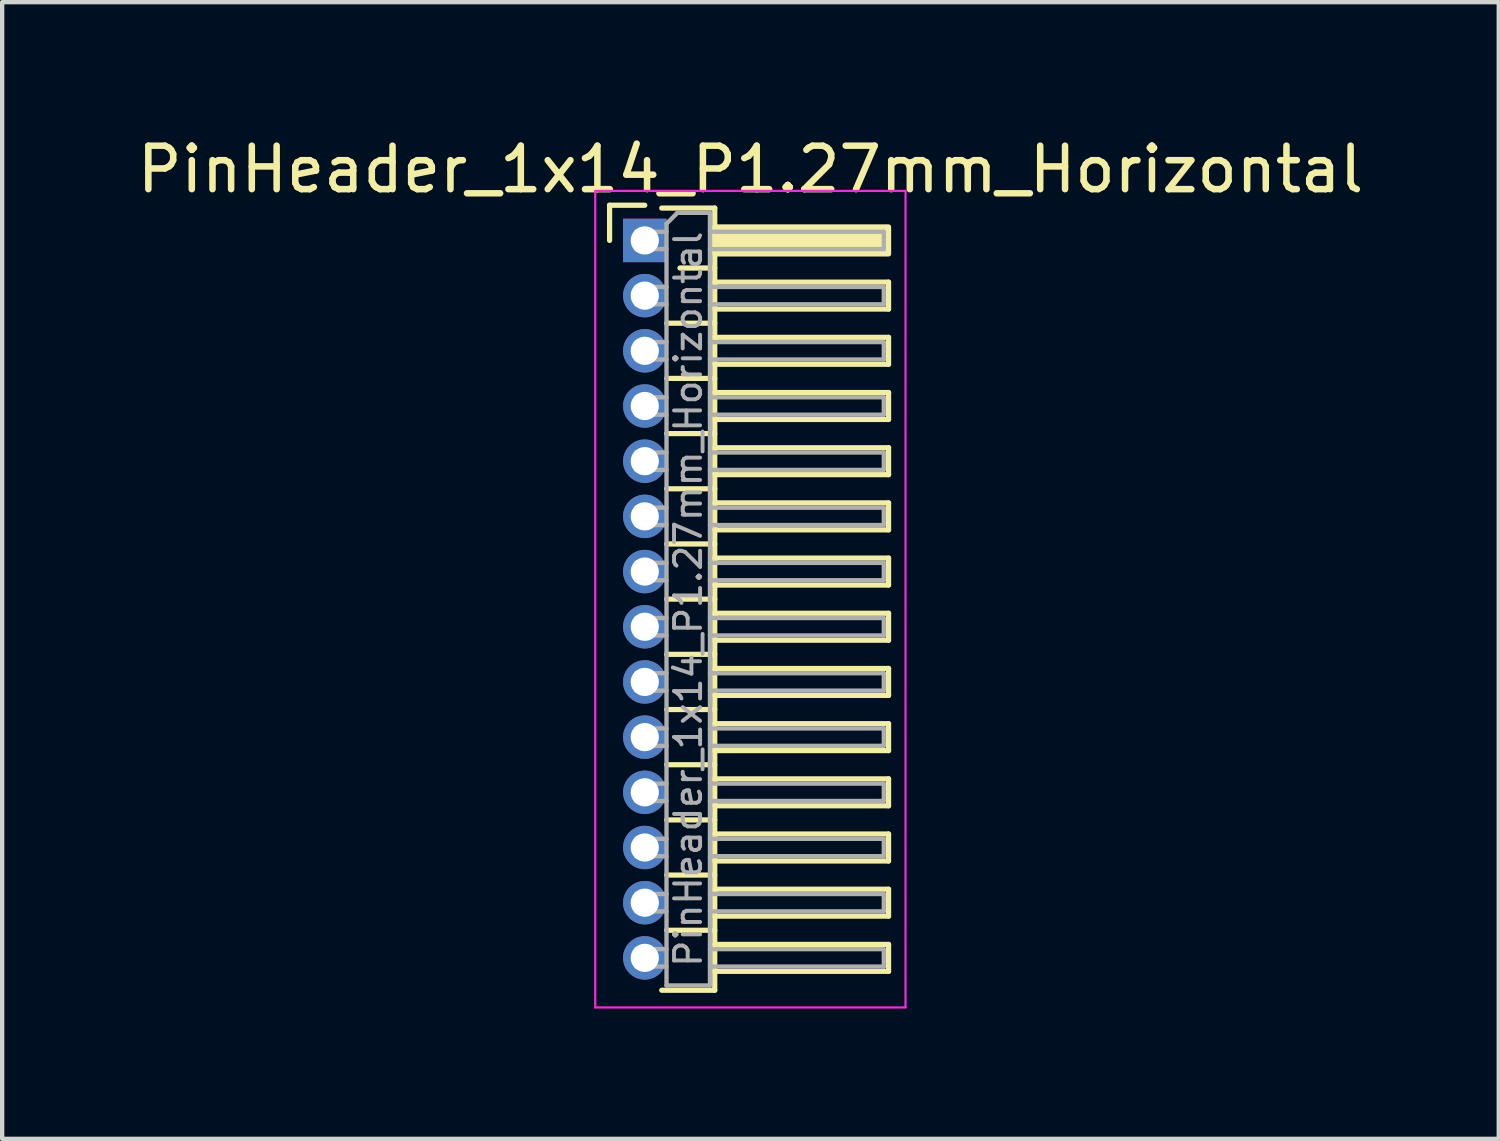
<source format=kicad_pcb>
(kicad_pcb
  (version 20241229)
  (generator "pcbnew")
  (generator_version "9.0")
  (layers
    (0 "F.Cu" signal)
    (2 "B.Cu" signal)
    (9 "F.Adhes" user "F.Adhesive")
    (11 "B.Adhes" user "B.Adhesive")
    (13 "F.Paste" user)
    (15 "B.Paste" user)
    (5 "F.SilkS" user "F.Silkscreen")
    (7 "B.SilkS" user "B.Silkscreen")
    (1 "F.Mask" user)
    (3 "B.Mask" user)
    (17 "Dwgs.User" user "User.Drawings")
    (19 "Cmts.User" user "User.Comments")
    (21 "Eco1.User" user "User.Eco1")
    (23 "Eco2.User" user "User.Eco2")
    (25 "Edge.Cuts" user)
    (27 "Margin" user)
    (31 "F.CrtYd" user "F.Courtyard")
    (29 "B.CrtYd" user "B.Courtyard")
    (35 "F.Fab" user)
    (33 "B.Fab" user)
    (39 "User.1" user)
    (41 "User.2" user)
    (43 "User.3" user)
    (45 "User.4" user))
  (footprint "PinHeader_1x14_P1.27mm_Horizontal"
    (layer "F.Cu")
    (at 11.788 2.483)
    (property "Reference" "PinHeader_1x14_P1.27mm_Horizontal" (at 2.433 -1.635 0) (layer "F.SilkS") (effects (font (size 1 1) (thickness 0.15))))
    (attr through_hole)
    (fp_line (start -0.81 -0.81) (end 0 -0.81) (stroke (width 0.12) (type solid)) (layer "F.SilkS"))
    (fp_line (start -0.81 0) (end -0.81 -0.81) (stroke (width 0.12) (type solid)) (layer "F.SilkS"))
    (fp_line (start 0.39 -0.745) (end 1.61 -0.745) (stroke (width 0.12) (type solid)) (layer "F.SilkS"))
    (fp_line (start 0.503 1.905) (end 1.61 1.905) (stroke (width 0.12) (type solid)) (layer "F.SilkS"))
    (fp_line (start 0.503 3.175) (end 1.61 3.175) (stroke (width 0.12) (type solid)) (layer "F.SilkS"))
    (fp_line (start 0.503 4.445) (end 1.61 4.445) (stroke (width 0.12) (type solid)) (layer "F.SilkS"))
    (fp_line (start 0.503 5.715) (end 1.61 5.715) (stroke (width 0.12) (type solid)) (layer "F.SilkS"))
    (fp_line (start 0.503 6.985) (end 1.61 6.985) (stroke (width 0.12) (type solid)) (layer "F.SilkS"))
    (fp_line (start 0.503 8.255) (end 1.61 8.255) (stroke (width 0.12) (type solid)) (layer "F.SilkS"))
    (fp_line (start 0.503 9.525) (end 1.61 9.525) (stroke (width 0.12) (type solid)) (layer "F.SilkS"))
    (fp_line (start 0.503 10.795) (end 1.61 10.795) (stroke (width 0.12) (type solid)) (layer "F.SilkS"))
    (fp_line (start 0.503 12.065) (end 1.61 12.065) (stroke (width 0.12) (type solid)) (layer "F.SilkS"))
    (fp_line (start 0.503 13.335) (end 1.61 13.335) (stroke (width 0.12) (type solid)) (layer "F.SilkS"))
    (fp_line (start 0.503 14.605) (end 1.61 14.605) (stroke (width 0.12) (type solid)) (layer "F.SilkS"))
    (fp_line (start 0.503 15.875) (end 1.61 15.875) (stroke (width 0.12) (type solid)) (layer "F.SilkS"))
    (fp_line (start 0.81 0.635) (end 1.61 0.635) (stroke (width 0.12) (type solid)) (layer "F.SilkS"))
    (fp_line (start 1.61 -0.745) (end 1.61 17.255) (stroke (width 0.12) (type solid)) (layer "F.SilkS"))
    (fp_line (start 1.61 0.96) (end 5.61 0.96) (stroke (width 0.12) (type solid)) (layer "F.SilkS"))
    (fp_line (start 1.61 2.23) (end 5.61 2.23) (stroke (width 0.12) (type solid)) (layer "F.SilkS"))
    (fp_line (start 1.61 3.5) (end 5.61 3.5) (stroke (width 0.12) (type solid)) (layer "F.SilkS"))
    (fp_line (start 1.61 4.77) (end 5.61 4.77) (stroke (width 0.12) (type solid)) (layer "F.SilkS"))
    (fp_line (start 1.61 6.04) (end 5.61 6.04) (stroke (width 0.12) (type solid)) (layer "F.SilkS"))
    (fp_line (start 1.61 7.31) (end 5.61 7.31) (stroke (width 0.12) (type solid)) (layer "F.SilkS"))
    (fp_line (start 1.61 8.58) (end 5.61 8.58) (stroke (width 0.12) (type solid)) (layer "F.SilkS"))
    (fp_line (start 1.61 9.85) (end 5.61 9.85) (stroke (width 0.12) (type solid)) (layer "F.SilkS"))
    (fp_line (start 1.61 11.12) (end 5.61 11.12) (stroke (width 0.12) (type solid)) (layer "F.SilkS"))
    (fp_line (start 1.61 12.39) (end 5.61 12.39) (stroke (width 0.12) (type solid)) (layer "F.SilkS"))
    (fp_line (start 1.61 13.66) (end 5.61 13.66) (stroke (width 0.12) (type solid)) (layer "F.SilkS"))
    (fp_line (start 1.61 14.93) (end 5.61 14.93) (stroke (width 0.12) (type solid)) (layer "F.SilkS"))
    (fp_line (start 1.61 16.2) (end 5.61 16.2) (stroke (width 0.12) (type solid)) (layer "F.SilkS"))
    (fp_line (start 1.61 17.255) (end 0.39 17.255) (stroke (width 0.12) (type solid)) (layer "F.SilkS"))
    (fp_line (start 5.61 0.96) (end 5.61 1.58) (stroke (width 0.12) (type solid)) (layer "F.SilkS"))
    (fp_line (start 5.61 1.58) (end 1.61 1.58) (stroke (width 0.12) (type solid)) (layer "F.SilkS"))
    (fp_line (start 5.61 2.23) (end 5.61 2.85) (stroke (width 0.12) (type solid)) (layer "F.SilkS"))
    (fp_line (start 5.61 2.85) (end 1.61 2.85) (stroke (width 0.12) (type solid)) (layer "F.SilkS"))
    (fp_line (start 5.61 3.5) (end 5.61 4.12) (stroke (width 0.12) (type solid)) (layer "F.SilkS"))
    (fp_line (start 5.61 4.12) (end 1.61 4.12) (stroke (width 0.12) (type solid)) (layer "F.SilkS"))
    (fp_line (start 5.61 4.77) (end 5.61 5.39) (stroke (width 0.12) (type solid)) (layer "F.SilkS"))
    (fp_line (start 5.61 5.39) (end 1.61 5.39) (stroke (width 0.12) (type solid)) (layer "F.SilkS"))
    (fp_line (start 5.61 6.04) (end 5.61 6.66) (stroke (width 0.12) (type solid)) (layer "F.SilkS"))
    (fp_line (start 5.61 6.66) (end 1.61 6.66) (stroke (width 0.12) (type solid)) (layer "F.SilkS"))
    (fp_line (start 5.61 7.31) (end 5.61 7.93) (stroke (width 0.12) (type solid)) (layer "F.SilkS"))
    (fp_line (start 5.61 7.93) (end 1.61 7.93) (stroke (width 0.12) (type solid)) (layer "F.SilkS"))
    (fp_line (start 5.61 8.58) (end 5.61 9.2) (stroke (width 0.12) (type solid)) (layer "F.SilkS"))
    (fp_line (start 5.61 9.2) (end 1.61 9.2) (stroke (width 0.12) (type solid)) (layer "F.SilkS"))
    (fp_line (start 5.61 9.85) (end 5.61 10.47) (stroke (width 0.12) (type solid)) (layer "F.SilkS"))
    (fp_line (start 5.61 10.47) (end 1.61 10.47) (stroke (width 0.12) (type solid)) (layer "F.SilkS"))
    (fp_line (start 5.61 11.12) (end 5.61 11.74) (stroke (width 0.12) (type solid)) (layer "F.SilkS"))
    (fp_line (start 5.61 11.74) (end 1.61 11.74) (stroke (width 0.12) (type solid)) (layer "F.SilkS"))
    (fp_line (start 5.61 12.39) (end 5.61 13.01) (stroke (width 0.12) (type solid)) (layer "F.SilkS"))
    (fp_line (start 5.61 13.01) (end 1.61 13.01) (stroke (width 0.12) (type solid)) (layer "F.SilkS"))
    (fp_line (start 5.61 13.66) (end 5.61 14.28) (stroke (width 0.12) (type solid)) (layer "F.SilkS"))
    (fp_line (start 5.61 14.28) (end 1.61 14.28) (stroke (width 0.12) (type solid)) (layer "F.SilkS"))
    (fp_line (start 5.61 14.93) (end 5.61 15.55) (stroke (width 0.12) (type solid)) (layer "F.SilkS"))
    (fp_line (start 5.61 15.55) (end 1.61 15.55) (stroke (width 0.12) (type solid)) (layer "F.SilkS"))
    (fp_line (start 5.61 16.2) (end 5.61 16.82) (stroke (width 0.12) (type solid)) (layer "F.SilkS"))
    (fp_line (start 5.61 16.82) (end 1.61 16.82) (stroke (width 0.12) (type solid)) (layer "F.SilkS"))
    (fp_rect (start 1.61 -0.31) (end 5.61 0.31) (stroke (width 0.12) (type solid)) (fill yes) (layer "F.SilkS"))
    (fp_line (start -1.14 -1.14) (end -1.14 17.65) (stroke (width 0.05) (type solid)) (layer "F.CrtYd"))
    (fp_line (start -1.14 17.65) (end 6 17.65) (stroke (width 0.05) (type solid)) (layer "F.CrtYd"))
    (fp_line (start 6 -1.14) (end -1.14 -1.14) (stroke (width 0.05) (type solid)) (layer "F.CrtYd"))
    (fp_line (start 6 17.65) (end 6 -1.14) (stroke (width 0.05) (type solid)) (layer "F.CrtYd"))
    (fp_line (start -0.2 -0.2) (end -0.2 0.2) (stroke (width 0.1) (type solid)) (layer "F.Fab"))
    (fp_line (start -0.2 -0.2) (end 0.5 -0.2) (stroke (width 0.1) (type solid)) (layer "F.Fab"))
    (fp_line (start -0.2 0.2) (end 0.5 0.2) (stroke (width 0.1) (type solid)) (layer "F.Fab"))
    (fp_line (start -0.2 1.07) (end -0.2 1.47) (stroke (width 0.1) (type solid)) (layer "F.Fab"))
    (fp_line (start -0.2 1.07) (end 0.5 1.07) (stroke (width 0.1) (type solid)) (layer "F.Fab"))
    (fp_line (start -0.2 1.47) (end 0.5 1.47) (stroke (width 0.1) (type solid)) (layer "F.Fab"))
    (fp_line (start -0.2 2.34) (end -0.2 2.74) (stroke (width 0.1) (type solid)) (layer "F.Fab"))
    (fp_line (start -0.2 2.34) (end 0.5 2.34) (stroke (width 0.1) (type solid)) (layer "F.Fab"))
    (fp_line (start -0.2 2.74) (end 0.5 2.74) (stroke (width 0.1) (type solid)) (layer "F.Fab"))
    (fp_line (start -0.2 3.61) (end -0.2 4.01) (stroke (width 0.1) (type solid)) (layer "F.Fab"))
    (fp_line (start -0.2 3.61) (end 0.5 3.61) (stroke (width 0.1) (type solid)) (layer "F.Fab"))
    (fp_line (start -0.2 4.01) (end 0.5 4.01) (stroke (width 0.1) (type solid)) (layer "F.Fab"))
    (fp_line (start -0.2 4.88) (end -0.2 5.28) (stroke (width 0.1) (type solid)) (layer "F.Fab"))
    (fp_line (start -0.2 4.88) (end 0.5 4.88) (stroke (width 0.1) (type solid)) (layer "F.Fab"))
    (fp_line (start -0.2 5.28) (end 0.5 5.28) (stroke (width 0.1) (type solid)) (layer "F.Fab"))
    (fp_line (start -0.2 6.15) (end -0.2 6.55) (stroke (width 0.1) (type solid)) (layer "F.Fab"))
    (fp_line (start -0.2 6.15) (end 0.5 6.15) (stroke (width 0.1) (type solid)) (layer "F.Fab"))
    (fp_line (start -0.2 6.55) (end 0.5 6.55) (stroke (width 0.1) (type solid)) (layer "F.Fab"))
    (fp_line (start -0.2 7.42) (end -0.2 7.82) (stroke (width 0.1) (type solid)) (layer "F.Fab"))
    (fp_line (start -0.2 7.42) (end 0.5 7.42) (stroke (width 0.1) (type solid)) (layer "F.Fab"))
    (fp_line (start -0.2 7.82) (end 0.5 7.82) (stroke (width 0.1) (type solid)) (layer "F.Fab"))
    (fp_line (start -0.2 8.69) (end -0.2 9.09) (stroke (width 0.1) (type solid)) (layer "F.Fab"))
    (fp_line (start -0.2 8.69) (end 0.5 8.69) (stroke (width 0.1) (type solid)) (layer "F.Fab"))
    (fp_line (start -0.2 9.09) (end 0.5 9.09) (stroke (width 0.1) (type solid)) (layer "F.Fab"))
    (fp_line (start -0.2 9.96) (end -0.2 10.36) (stroke (width 0.1) (type solid)) (layer "F.Fab"))
    (fp_line (start -0.2 9.96) (end 0.5 9.96) (stroke (width 0.1) (type solid)) (layer "F.Fab"))
    (fp_line (start -0.2 10.36) (end 0.5 10.36) (stroke (width 0.1) (type solid)) (layer "F.Fab"))
    (fp_line (start -0.2 11.23) (end -0.2 11.63) (stroke (width 0.1) (type solid)) (layer "F.Fab"))
    (fp_line (start -0.2 11.23) (end 0.5 11.23) (stroke (width 0.1) (type solid)) (layer "F.Fab"))
    (fp_line (start -0.2 11.63) (end 0.5 11.63) (stroke (width 0.1) (type solid)) (layer "F.Fab"))
    (fp_line (start -0.2 12.5) (end -0.2 12.9) (stroke (width 0.1) (type solid)) (layer "F.Fab"))
    (fp_line (start -0.2 12.5) (end 0.5 12.5) (stroke (width 0.1) (type solid)) (layer "F.Fab"))
    (fp_line (start -0.2 12.9) (end 0.5 12.9) (stroke (width 0.1) (type solid)) (layer "F.Fab"))
    (fp_line (start -0.2 13.77) (end -0.2 14.17) (stroke (width 0.1) (type solid)) (layer "F.Fab"))
    (fp_line (start -0.2 13.77) (end 0.5 13.77) (stroke (width 0.1) (type solid)) (layer "F.Fab"))
    (fp_line (start -0.2 14.17) (end 0.5 14.17) (stroke (width 0.1) (type solid)) (layer "F.Fab"))
    (fp_line (start -0.2 15.04) (end -0.2 15.44) (stroke (width 0.1) (type solid)) (layer "F.Fab"))
    (fp_line (start -0.2 15.04) (end 0.5 15.04) (stroke (width 0.1) (type solid)) (layer "F.Fab"))
    (fp_line (start -0.2 15.44) (end 0.5 15.44) (stroke (width 0.1) (type solid)) (layer "F.Fab"))
    (fp_line (start -0.2 16.31) (end -0.2 16.71) (stroke (width 0.1) (type solid)) (layer "F.Fab"))
    (fp_line (start -0.2 16.31) (end 0.5 16.31) (stroke (width 0.1) (type solid)) (layer "F.Fab"))
    (fp_line (start -0.2 16.71) (end 0.5 16.71) (stroke (width 0.1) (type solid)) (layer "F.Fab"))
    (fp_line (start 0.5 -0.385) (end 0.75 -0.635) (stroke (width 0.1) (type solid)) (layer "F.Fab"))
    (fp_line (start 0.5 17.145) (end 0.5 -0.385) (stroke (width 0.1) (type solid)) (layer "F.Fab"))
    (fp_line (start 0.75 -0.635) (end 1.5 -0.635) (stroke (width 0.1) (type solid)) (layer "F.Fab"))
    (fp_line (start 1.5 -0.635) (end 1.5 17.145) (stroke (width 0.1) (type solid)) (layer "F.Fab"))
    (fp_line (start 1.5 -0.2) (end 5.5 -0.2) (stroke (width 0.1) (type solid)) (layer "F.Fab"))
    (fp_line (start 1.5 0.2) (end 5.5 0.2) (stroke (width 0.1) (type solid)) (layer "F.Fab"))
    (fp_line (start 1.5 1.07) (end 5.5 1.07) (stroke (width 0.1) (type solid)) (layer "F.Fab"))
    (fp_line (start 1.5 1.47) (end 5.5 1.47) (stroke (width 0.1) (type solid)) (layer "F.Fab"))
    (fp_line (start 1.5 2.34) (end 5.5 2.34) (stroke (width 0.1) (type solid)) (layer "F.Fab"))
    (fp_line (start 1.5 2.74) (end 5.5 2.74) (stroke (width 0.1) (type solid)) (layer "F.Fab"))
    (fp_line (start 1.5 3.61) (end 5.5 3.61) (stroke (width 0.1) (type solid)) (layer "F.Fab"))
    (fp_line (start 1.5 4.01) (end 5.5 4.01) (stroke (width 0.1) (type solid)) (layer "F.Fab"))
    (fp_line (start 1.5 4.88) (end 5.5 4.88) (stroke (width 0.1) (type solid)) (layer "F.Fab"))
    (fp_line (start 1.5 5.28) (end 5.5 5.28) (stroke (width 0.1) (type solid)) (layer "F.Fab"))
    (fp_line (start 1.5 6.15) (end 5.5 6.15) (stroke (width 0.1) (type solid)) (layer "F.Fab"))
    (fp_line (start 1.5 6.55) (end 5.5 6.55) (stroke (width 0.1) (type solid)) (layer "F.Fab"))
    (fp_line (start 1.5 7.42) (end 5.5 7.42) (stroke (width 0.1) (type solid)) (layer "F.Fab"))
    (fp_line (start 1.5 7.82) (end 5.5 7.82) (stroke (width 0.1) (type solid)) (layer "F.Fab"))
    (fp_line (start 1.5 8.69) (end 5.5 8.69) (stroke (width 0.1) (type solid)) (layer "F.Fab"))
    (fp_line (start 1.5 9.09) (end 5.5 9.09) (stroke (width 0.1) (type solid)) (layer "F.Fab"))
    (fp_line (start 1.5 9.96) (end 5.5 9.96) (stroke (width 0.1) (type solid)) (layer "F.Fab"))
    (fp_line (start 1.5 10.36) (end 5.5 10.36) (stroke (width 0.1) (type solid)) (layer "F.Fab"))
    (fp_line (start 1.5 11.23) (end 5.5 11.23) (stroke (width 0.1) (type solid)) (layer "F.Fab"))
    (fp_line (start 1.5 11.63) (end 5.5 11.63) (stroke (width 0.1) (type solid)) (layer "F.Fab"))
    (fp_line (start 1.5 12.5) (end 5.5 12.5) (stroke (width 0.1) (type solid)) (layer "F.Fab"))
    (fp_line (start 1.5 12.9) (end 5.5 12.9) (stroke (width 0.1) (type solid)) (layer "F.Fab"))
    (fp_line (start 1.5 13.77) (end 5.5 13.77) (stroke (width 0.1) (type solid)) (layer "F.Fab"))
    (fp_line (start 1.5 14.17) (end 5.5 14.17) (stroke (width 0.1) (type solid)) (layer "F.Fab"))
    (fp_line (start 1.5 15.04) (end 5.5 15.04) (stroke (width 0.1) (type solid)) (layer "F.Fab"))
    (fp_line (start 1.5 15.44) (end 5.5 15.44) (stroke (width 0.1) (type solid)) (layer "F.Fab"))
    (fp_line (start 1.5 16.31) (end 5.5 16.31) (stroke (width 0.1) (type solid)) (layer "F.Fab"))
    (fp_line (start 1.5 16.71) (end 5.5 16.71) (stroke (width 0.1) (type solid)) (layer "F.Fab"))
    (fp_line (start 1.5 17.145) (end 0.5 17.145) (stroke (width 0.1) (type solid)) (layer "F.Fab"))
    (fp_line (start 5.5 -0.2) (end 5.5 0.2) (stroke (width 0.1) (type solid)) (layer "F.Fab"))
    (fp_line (start 5.5 1.07) (end 5.5 1.47) (stroke (width 0.1) (type solid)) (layer "F.Fab"))
    (fp_line (start 5.5 2.34) (end 5.5 2.74) (stroke (width 0.1) (type solid)) (layer "F.Fab"))
    (fp_line (start 5.5 3.61) (end 5.5 4.01) (stroke (width 0.1) (type solid)) (layer "F.Fab"))
    (fp_line (start 5.5 4.88) (end 5.5 5.28) (stroke (width 0.1) (type solid)) (layer "F.Fab"))
    (fp_line (start 5.5 6.15) (end 5.5 6.55) (stroke (width 0.1) (type solid)) (layer "F.Fab"))
    (fp_line (start 5.5 7.42) (end 5.5 7.82) (stroke (width 0.1) (type solid)) (layer "F.Fab"))
    (fp_line (start 5.5 8.69) (end 5.5 9.09) (stroke (width 0.1) (type solid)) (layer "F.Fab"))
    (fp_line (start 5.5 9.96) (end 5.5 10.36) (stroke (width 0.1) (type solid)) (layer "F.Fab"))
    (fp_line (start 5.5 11.23) (end 5.5 11.63) (stroke (width 0.1) (type solid)) (layer "F.Fab"))
    (fp_line (start 5.5 12.5) (end 5.5 12.9) (stroke (width 0.1) (type solid)) (layer "F.Fab"))
    (fp_line (start 5.5 13.77) (end 5.5 14.17) (stroke (width 0.1) (type solid)) (layer "F.Fab"))
    (fp_line (start 5.5 15.04) (end 5.5 15.44) (stroke (width 0.1) (type solid)) (layer "F.Fab"))
    (fp_line (start 5.5 16.31) (end 5.5 16.71) (stroke (width 0.1) (type solid)) (layer "F.Fab"))
    (fp_text user "${REFERENCE}" (at 1 8.255 90) (layer "F.Fab") (effects (font (size 0.6 0.6) (thickness 0.09))))
    (pad "1" thru_hole rect (at 0 0) (size 1 1) (drill 0.65) (layers "*.Cu" "*.Mask"))
    (pad "2" thru_hole circle (at 0 1.27) (size 1 1) (drill 0.65) (layers "*.Cu" "*.Mask"))
    (pad "3" thru_hole circle (at 0 2.54) (size 1 1) (drill 0.65) (layers "*.Cu" "*.Mask"))
    (pad "4" thru_hole circle (at 0 3.81) (size 1 1) (drill 0.65) (layers "*.Cu" "*.Mask"))
    (pad "5" thru_hole circle (at 0 5.08) (size 1 1) (drill 0.65) (layers "*.Cu" "*.Mask"))
    (pad "6" thru_hole circle (at 0 6.35) (size 1 1) (drill 0.65) (layers "*.Cu" "*.Mask"))
    (pad "7" thru_hole circle (at 0 7.62) (size 1 1) (drill 0.65) (layers "*.Cu" "*.Mask"))
    (pad "8" thru_hole circle (at 0 8.89) (size 1 1) (drill 0.65) (layers "*.Cu" "*.Mask"))
    (pad "9" thru_hole circle (at 0 10.16) (size 1 1) (drill 0.65) (layers "*.Cu" "*.Mask"))
    (pad "10" thru_hole circle (at 0 11.43) (size 1 1) (drill 0.65) (layers "*.Cu" "*.Mask"))
    (pad "11" thru_hole circle (at 0 12.7) (size 1 1) (drill 0.65) (layers "*.Cu" "*.Mask"))
    (pad "12" thru_hole circle (at 0 13.97) (size 1 1) (drill 0.65) (layers "*.Cu" "*.Mask"))
    (pad "13" thru_hole circle (at 0 15.24) (size 1 1) (drill 0.65) (layers "*.Cu" "*.Mask"))
    (pad "14" thru_hole circle (at 0 16.51) (size 1 1) (drill 0.65) (layers "*.Cu" "*.Mask")))
  (gr_rect
    (start -3 -3)
    (end 31.44 23.158)
    (stroke (width 0.1) (type default))
    (fill no)
    (layer "Edge.Cuts")))
</source>
